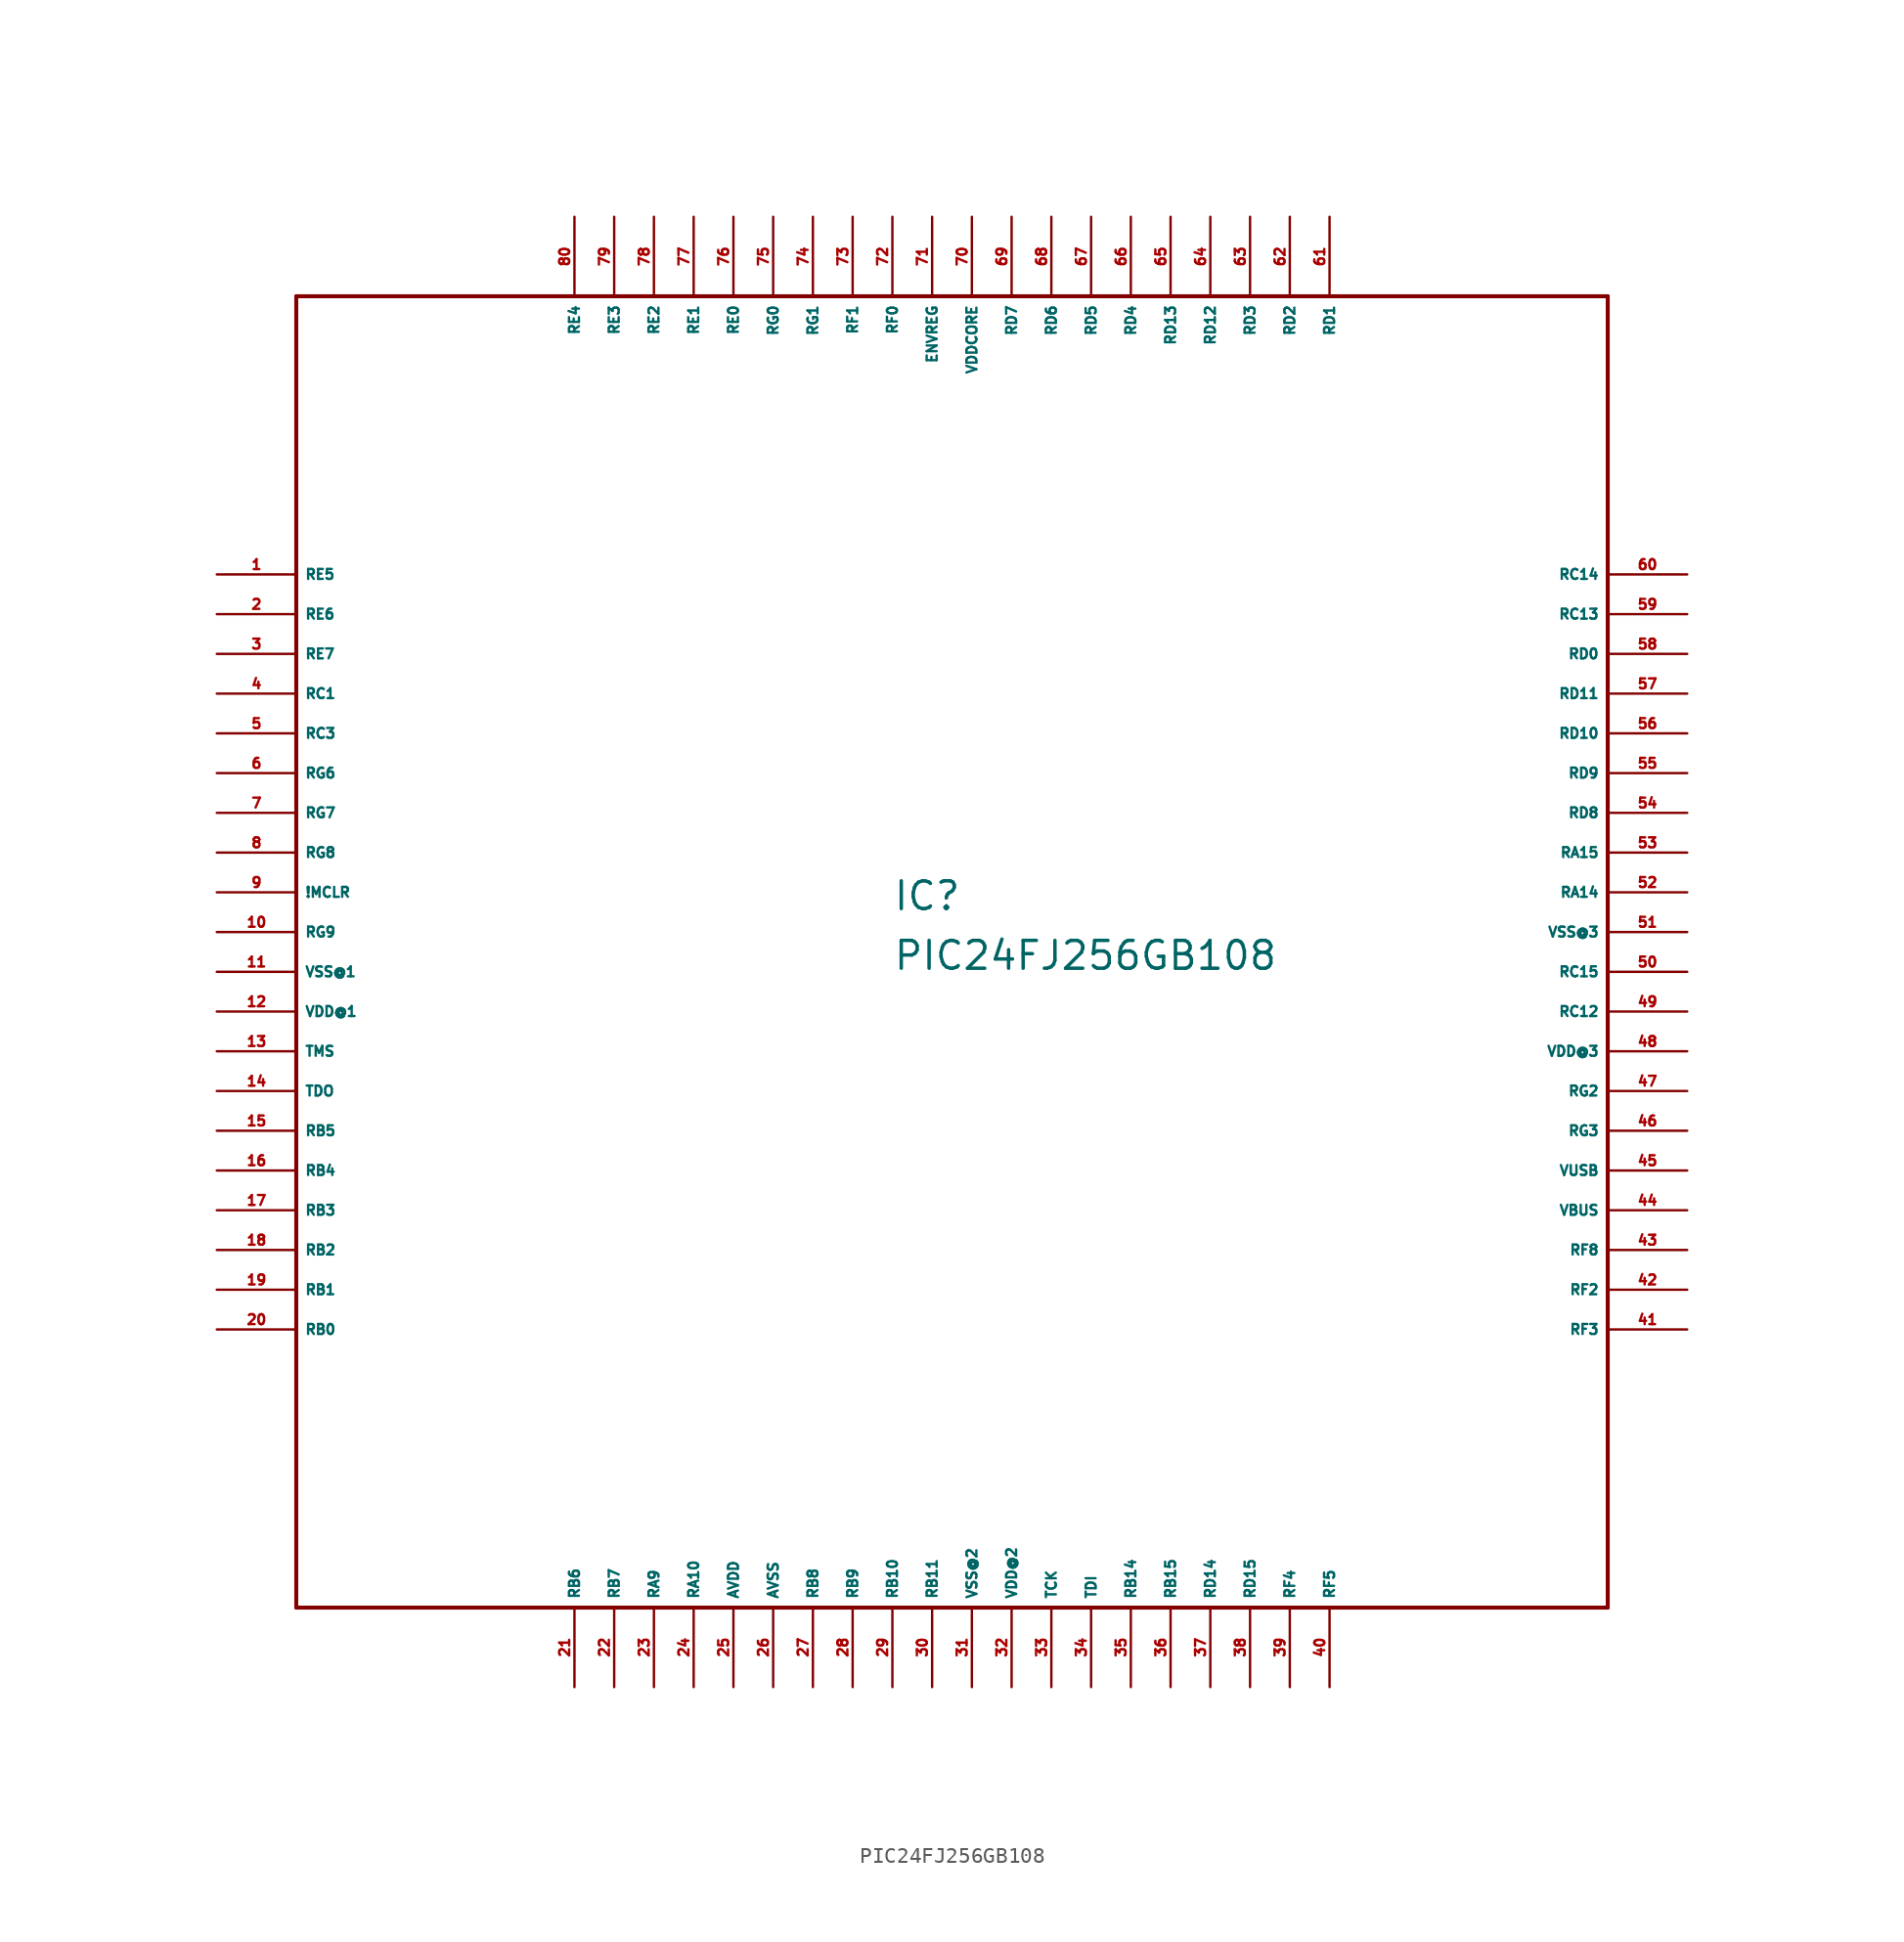
<source format=kicad_sym>
(kicad_symbol_lib
  (version 20220914)
  (generator Eagle2Kicad)
  (symbol "PIC24FJ256GB108"
    (property "Reference" "IC"
      (at -5.08 1.27 0)
      (effects (font (size 1.778 1.778) (thickness 0.22)) (justify left bottom)))
    (property "Value" "PIC24FJ256GB108"
      (at -5.08 -2.54 0)
      (effects (font (size 1.778 1.778) (thickness 0.22)) (justify left bottom)))
    (polyline
      (pts (xy -43.18 -43.18) (xy 40.64 -43.18))
      (stroke (width 0.254) (type default))
      (fill (type none)))
    (polyline
      (pts (xy 40.64 -43.18) (xy 40.64 40.64))
      (stroke (width 0.254) (type default))
      (fill (type none)))
    (polyline
      (pts (xy 40.64 40.64) (xy -43.18 40.64))
      (stroke (width 0.254) (type default))
      (fill (type none)))
    (polyline
      (pts (xy -43.18 40.64) (xy -43.18 -43.18))
      (stroke (width 0.254) (type default))
      (fill (type none)))
    (pin bidirectional line
      (at -48.26 22.86 0)
      (length 5.08)
      (name "RE5" (effects (font (size 0.635 0.635) (thickness 0.08)) (justify left bottom)))
      (number "1" (effects (font (size 0.635 0.635) (thickness 0.08)) (justify left bottom))))
    (pin bidirectional line
      (at -48.26 20.32 0)
      (length 5.08)
      (name "RE6" (effects (font (size 0.635 0.635) (thickness 0.08)) (justify left bottom)))
      (number "2" (effects (font (size 0.635 0.635) (thickness 0.08)) (justify left bottom))))
    (pin bidirectional line
      (at -48.26 17.78 0)
      (length 5.08)
      (name "RE7" (effects (font (size 0.635 0.635) (thickness 0.08)) (justify left bottom)))
      (number "3" (effects (font (size 0.635 0.635) (thickness 0.08)) (justify left bottom))))
    (pin bidirectional line
      (at -48.26 15.24 0)
      (length 5.08)
      (name "RC1" (effects (font (size 0.635 0.635) (thickness 0.08)) (justify left bottom)))
      (number "4" (effects (font (size 0.635 0.635) (thickness 0.08)) (justify left bottom))))
    (pin bidirectional line
      (at -48.26 12.7 0)
      (length 5.08)
      (name "RC3" (effects (font (size 0.635 0.635) (thickness 0.08)) (justify left bottom)))
      (number "5" (effects (font (size 0.635 0.635) (thickness 0.08)) (justify left bottom))))
    (pin bidirectional line
      (at -48.26 10.16 0)
      (length 5.08)
      (name "RG6" (effects (font (size 0.635 0.635) (thickness 0.08)) (justify left bottom)))
      (number "6" (effects (font (size 0.635 0.635) (thickness 0.08)) (justify left bottom))))
    (pin bidirectional line
      (at -48.26 7.62 0)
      (length 5.08)
      (name "RG7" (effects (font (size 0.635 0.635) (thickness 0.08)) (justify left bottom)))
      (number "7" (effects (font (size 0.635 0.635) (thickness 0.08)) (justify left bottom))))
    (pin bidirectional line
      (at -48.26 5.08 0)
      (length 5.08)
      (name "RG8" (effects (font (size 0.635 0.635) (thickness 0.08)) (justify left bottom)))
      (number "8" (effects (font (size 0.635 0.635) (thickness 0.08)) (justify left bottom))))
    (pin bidirectional line
      (at -48.26 2.54 0)
      (length 5.08)
      (name "!MCLR" (effects (font (size 0.635 0.635) (thickness 0.08)) (justify left bottom)))
      (number "9" (effects (font (size 0.635 0.635) (thickness 0.08)) (justify left bottom))))
    (pin bidirectional line
      (at -48.26 0 0)
      (length 5.08)
      (name "RG9" (effects (font (size 0.635 0.635) (thickness 0.08)) (justify left bottom)))
      (number "10" (effects (font (size 0.635 0.635) (thickness 0.08)) (justify left bottom))))
    (pin unspecified line
      (at -48.26 -2.54 0)
      (length 5.08)
      (name "VSS@1" (effects (font (size 0.635 0.635) (thickness 0.08)) (justify left bottom)))
      (number "11" (effects (font (size 0.635 0.635) (thickness 0.08)) (justify left bottom))))
    (pin unspecified line
      (at -48.26 -5.08 0)
      (length 5.08)
      (name "VDD@1" (effects (font (size 0.635 0.635) (thickness 0.08)) (justify left bottom)))
      (number "12" (effects (font (size 0.635 0.635) (thickness 0.08)) (justify left bottom))))
    (pin input line
      (at -48.26 -7.62 0)
      (length 5.08)
      (name "TMS" (effects (font (size 0.635 0.635) (thickness 0.08)) (justify left bottom)))
      (number "13" (effects (font (size 0.635 0.635) (thickness 0.08)) (justify left bottom))))
    (pin output line
      (at -48.26 -10.16 0)
      (length 5.08)
      (name "TDO" (effects (font (size 0.635 0.635) (thickness 0.08)) (justify left bottom)))
      (number "14" (effects (font (size 0.635 0.635) (thickness 0.08)) (justify left bottom))))
    (pin bidirectional line
      (at -48.26 -12.7 0)
      (length 5.08)
      (name "RB5" (effects (font (size 0.635 0.635) (thickness 0.08)) (justify left bottom)))
      (number "15" (effects (font (size 0.635 0.635) (thickness 0.08)) (justify left bottom))))
    (pin bidirectional line
      (at -48.26 -15.24 0)
      (length 5.08)
      (name "RB4" (effects (font (size 0.635 0.635) (thickness 0.08)) (justify left bottom)))
      (number "16" (effects (font (size 0.635 0.635) (thickness 0.08)) (justify left bottom))))
    (pin bidirectional line
      (at -48.26 -17.78 0)
      (length 5.08)
      (name "RB3" (effects (font (size 0.635 0.635) (thickness 0.08)) (justify left bottom)))
      (number "17" (effects (font (size 0.635 0.635) (thickness 0.08)) (justify left bottom))))
    (pin bidirectional line
      (at -48.26 -20.32 0)
      (length 5.08)
      (name "RB2" (effects (font (size 0.635 0.635) (thickness 0.08)) (justify left bottom)))
      (number "18" (effects (font (size 0.635 0.635) (thickness 0.08)) (justify left bottom))))
    (pin bidirectional line
      (at -48.26 -22.86 0)
      (length 5.08)
      (name "RB1" (effects (font (size 0.635 0.635) (thickness 0.08)) (justify left bottom)))
      (number "19" (effects (font (size 0.635 0.635) (thickness 0.08)) (justify left bottom))))
    (pin bidirectional line
      (at -48.26 -25.4 0)
      (length 5.08)
      (name "RB0" (effects (font (size 0.635 0.635) (thickness 0.08)) (justify left bottom)))
      (number "20" (effects (font (size 0.635 0.635) (thickness 0.08)) (justify left bottom))))
    (pin bidirectional line
      (at -25.4 -48.26 90)
      (length 5.08)
      (name "RB6" (effects (font (size 0.635 0.635) (thickness 0.08)) (justify left bottom)))
      (number "21" (effects (font (size 0.635 0.635) (thickness 0.08)) (justify left bottom))))
    (pin bidirectional line
      (at -22.86 -48.26 90)
      (length 5.08)
      (name "RB7" (effects (font (size 0.635 0.635) (thickness 0.08)) (justify left bottom)))
      (number "22" (effects (font (size 0.635 0.635) (thickness 0.08)) (justify left bottom))))
    (pin bidirectional line
      (at -20.32 -48.26 90)
      (length 5.08)
      (name "RA9" (effects (font (size 0.635 0.635) (thickness 0.08)) (justify left bottom)))
      (number "23" (effects (font (size 0.635 0.635) (thickness 0.08)) (justify left bottom))))
    (pin bidirectional line
      (at -17.78 -48.26 90)
      (length 5.08)
      (name "RA10" (effects (font (size 0.635 0.635) (thickness 0.08)) (justify left bottom)))
      (number "24" (effects (font (size 0.635 0.635) (thickness 0.08)) (justify left bottom))))
    (pin unspecified line
      (at -15.24 -48.26 90)
      (length 5.08)
      (name "AVDD" (effects (font (size 0.635 0.635) (thickness 0.08)) (justify left bottom)))
      (number "25" (effects (font (size 0.635 0.635) (thickness 0.08)) (justify left bottom))))
    (pin unspecified line
      (at -12.7 -48.26 90)
      (length 5.08)
      (name "AVSS" (effects (font (size 0.635 0.635) (thickness 0.08)) (justify left bottom)))
      (number "26" (effects (font (size 0.635 0.635) (thickness 0.08)) (justify left bottom))))
    (pin bidirectional line
      (at -10.16 -48.26 90)
      (length 5.08)
      (name "RB8" (effects (font (size 0.635 0.635) (thickness 0.08)) (justify left bottom)))
      (number "27" (effects (font (size 0.635 0.635) (thickness 0.08)) (justify left bottom))))
    (pin bidirectional line
      (at -7.62 -48.26 90)
      (length 5.08)
      (name "RB9" (effects (font (size 0.635 0.635) (thickness 0.08)) (justify left bottom)))
      (number "28" (effects (font (size 0.635 0.635) (thickness 0.08)) (justify left bottom))))
    (pin bidirectional line
      (at -5.08 -48.26 90)
      (length 5.08)
      (name "RB10" (effects (font (size 0.635 0.635) (thickness 0.08)) (justify left bottom)))
      (number "29" (effects (font (size 0.635 0.635) (thickness 0.08)) (justify left bottom))))
    (pin bidirectional line
      (at -2.54 -48.26 90)
      (length 5.08)
      (name "RB11" (effects (font (size 0.635 0.635) (thickness 0.08)) (justify left bottom)))
      (number "30" (effects (font (size 0.635 0.635) (thickness 0.08)) (justify left bottom))))
    (pin unspecified line
      (at 0 -48.26 90)
      (length 5.08)
      (name "VSS@2" (effects (font (size 0.635 0.635) (thickness 0.08)) (justify left bottom)))
      (number "31" (effects (font (size 0.635 0.635) (thickness 0.08)) (justify left bottom))))
    (pin unspecified line
      (at 2.54 -48.26 90)
      (length 5.08)
      (name "VDD@2" (effects (font (size 0.635 0.635) (thickness 0.08)) (justify left bottom)))
      (number "32" (effects (font (size 0.635 0.635) (thickness 0.08)) (justify left bottom))))
    (pin input line
      (at 5.08 -48.26 90)
      (length 5.08)
      (name "TCK" (effects (font (size 0.635 0.635) (thickness 0.08)) (justify left bottom)))
      (number "33" (effects (font (size 0.635 0.635) (thickness 0.08)) (justify left bottom))))
    (pin input line
      (at 7.62 -48.26 90)
      (length 5.08)
      (name "TDI" (effects (font (size 0.635 0.635) (thickness 0.08)) (justify left bottom)))
      (number "34" (effects (font (size 0.635 0.635) (thickness 0.08)) (justify left bottom))))
    (pin bidirectional line
      (at 10.16 -48.26 90)
      (length 5.08)
      (name "RB14" (effects (font (size 0.635 0.635) (thickness 0.08)) (justify left bottom)))
      (number "35" (effects (font (size 0.635 0.635) (thickness 0.08)) (justify left bottom))))
    (pin bidirectional line
      (at 12.7 -48.26 90)
      (length 5.08)
      (name "RB15" (effects (font (size 0.635 0.635) (thickness 0.08)) (justify left bottom)))
      (number "36" (effects (font (size 0.635 0.635) (thickness 0.08)) (justify left bottom))))
    (pin bidirectional line
      (at 15.24 -48.26 90)
      (length 5.08)
      (name "RD14" (effects (font (size 0.635 0.635) (thickness 0.08)) (justify left bottom)))
      (number "37" (effects (font (size 0.635 0.635) (thickness 0.08)) (justify left bottom))))
    (pin bidirectional line
      (at 17.78 -48.26 90)
      (length 5.08)
      (name "RD15" (effects (font (size 0.635 0.635) (thickness 0.08)) (justify left bottom)))
      (number "38" (effects (font (size 0.635 0.635) (thickness 0.08)) (justify left bottom))))
    (pin bidirectional line
      (at 20.32 -48.26 90)
      (length 5.08)
      (name "RF4" (effects (font (size 0.635 0.635) (thickness 0.08)) (justify left bottom)))
      (number "39" (effects (font (size 0.635 0.635) (thickness 0.08)) (justify left bottom))))
    (pin bidirectional line
      (at 22.86 -48.26 90)
      (length 5.08)
      (name "RF5" (effects (font (size 0.635 0.635) (thickness 0.08)) (justify left bottom)))
      (number "40" (effects (font (size 0.635 0.635) (thickness 0.08)) (justify left bottom))))
    (pin bidirectional line
      (at 45.72 -25.4 180)
      (length 5.08)
      (name "RF3" (effects (font (size 0.635 0.635) (thickness 0.08)) (justify left bottom)))
      (number "41" (effects (font (size 0.635 0.635) (thickness 0.08)) (justify left bottom))))
    (pin bidirectional line
      (at 45.72 -22.86 180)
      (length 5.08)
      (name "RF2" (effects (font (size 0.635 0.635) (thickness 0.08)) (justify left bottom)))
      (number "42" (effects (font (size 0.635 0.635) (thickness 0.08)) (justify left bottom))))
    (pin bidirectional line
      (at 45.72 -20.32 180)
      (length 5.08)
      (name "RF8" (effects (font (size 0.635 0.635) (thickness 0.08)) (justify left bottom)))
      (number "43" (effects (font (size 0.635 0.635) (thickness 0.08)) (justify left bottom))))
    (pin passive line
      (at 45.72 -17.78 180)
      (length 5.08)
      (name "VBUS" (effects (font (size 0.635 0.635) (thickness 0.08)) (justify left bottom)))
      (number "44" (effects (font (size 0.635 0.635) (thickness 0.08)) (justify left bottom))))
    (pin passive line
      (at 45.72 -15.24 180)
      (length 5.08)
      (name "VUSB" (effects (font (size 0.635 0.635) (thickness 0.08)) (justify left bottom)))
      (number "45" (effects (font (size 0.635 0.635) (thickness 0.08)) (justify left bottom))))
    (pin bidirectional line
      (at 45.72 -12.7 180)
      (length 5.08)
      (name "RG3" (effects (font (size 0.635 0.635) (thickness 0.08)) (justify left bottom)))
      (number "46" (effects (font (size 0.635 0.635) (thickness 0.08)) (justify left bottom))))
    (pin bidirectional line
      (at 45.72 -10.16 180)
      (length 5.08)
      (name "RG2" (effects (font (size 0.635 0.635) (thickness 0.08)) (justify left bottom)))
      (number "47" (effects (font (size 0.635 0.635) (thickness 0.08)) (justify left bottom))))
    (pin unspecified line
      (at 45.72 -7.62 180)
      (length 5.08)
      (name "VDD@3" (effects (font (size 0.635 0.635) (thickness 0.08)) (justify left bottom)))
      (number "48" (effects (font (size 0.635 0.635) (thickness 0.08)) (justify left bottom))))
    (pin bidirectional line
      (at 45.72 -5.08 180)
      (length 5.08)
      (name "RC12" (effects (font (size 0.635 0.635) (thickness 0.08)) (justify left bottom)))
      (number "49" (effects (font (size 0.635 0.635) (thickness 0.08)) (justify left bottom))))
    (pin bidirectional line
      (at 45.72 -2.54 180)
      (length 5.08)
      (name "RC15" (effects (font (size 0.635 0.635) (thickness 0.08)) (justify left bottom)))
      (number "50" (effects (font (size 0.635 0.635) (thickness 0.08)) (justify left bottom))))
    (pin unspecified line
      (at 45.72 0 180)
      (length 5.08)
      (name "VSS@3" (effects (font (size 0.635 0.635) (thickness 0.08)) (justify left bottom)))
      (number "51" (effects (font (size 0.635 0.635) (thickness 0.08)) (justify left bottom))))
    (pin bidirectional line
      (at 45.72 2.54 180)
      (length 5.08)
      (name "RA14" (effects (font (size 0.635 0.635) (thickness 0.08)) (justify left bottom)))
      (number "52" (effects (font (size 0.635 0.635) (thickness 0.08)) (justify left bottom))))
    (pin bidirectional line
      (at 45.72 5.08 180)
      (length 5.08)
      (name "RA15" (effects (font (size 0.635 0.635) (thickness 0.08)) (justify left bottom)))
      (number "53" (effects (font (size 0.635 0.635) (thickness 0.08)) (justify left bottom))))
    (pin bidirectional line
      (at 45.72 7.62 180)
      (length 5.08)
      (name "RD8" (effects (font (size 0.635 0.635) (thickness 0.08)) (justify left bottom)))
      (number "54" (effects (font (size 0.635 0.635) (thickness 0.08)) (justify left bottom))))
    (pin bidirectional line
      (at 45.72 10.16 180)
      (length 5.08)
      (name "RD9" (effects (font (size 0.635 0.635) (thickness 0.08)) (justify left bottom)))
      (number "55" (effects (font (size 0.635 0.635) (thickness 0.08)) (justify left bottom))))
    (pin bidirectional line
      (at 45.72 12.7 180)
      (length 5.08)
      (name "RD10" (effects (font (size 0.635 0.635) (thickness 0.08)) (justify left bottom)))
      (number "56" (effects (font (size 0.635 0.635) (thickness 0.08)) (justify left bottom))))
    (pin bidirectional line
      (at 45.72 15.24 180)
      (length 5.08)
      (name "RD11" (effects (font (size 0.635 0.635) (thickness 0.08)) (justify left bottom)))
      (number "57" (effects (font (size 0.635 0.635) (thickness 0.08)) (justify left bottom))))
    (pin bidirectional line
      (at 45.72 17.78 180)
      (length 5.08)
      (name "RD0" (effects (font (size 0.635 0.635) (thickness 0.08)) (justify left bottom)))
      (number "58" (effects (font (size 0.635 0.635) (thickness 0.08)) (justify left bottom))))
    (pin bidirectional line
      (at 45.72 20.32 180)
      (length 5.08)
      (name "RC13" (effects (font (size 0.635 0.635) (thickness 0.08)) (justify left bottom)))
      (number "59" (effects (font (size 0.635 0.635) (thickness 0.08)) (justify left bottom))))
    (pin bidirectional line
      (at 45.72 22.86 180)
      (length 5.08)
      (name "RC14" (effects (font (size 0.635 0.635) (thickness 0.08)) (justify left bottom)))
      (number "60" (effects (font (size 0.635 0.635) (thickness 0.08)) (justify left bottom))))
    (pin bidirectional line
      (at 22.86 45.72 270)
      (length 5.08)
      (name "RD1" (effects (font (size 0.635 0.635) (thickness 0.08)) (justify left bottom)))
      (number "61" (effects (font (size 0.635 0.635) (thickness 0.08)) (justify left bottom))))
    (pin bidirectional line
      (at 20.32 45.72 270)
      (length 5.08)
      (name "RD2" (effects (font (size 0.635 0.635) (thickness 0.08)) (justify left bottom)))
      (number "62" (effects (font (size 0.635 0.635) (thickness 0.08)) (justify left bottom))))
    (pin bidirectional line
      (at 17.78 45.72 270)
      (length 5.08)
      (name "RD3" (effects (font (size 0.635 0.635) (thickness 0.08)) (justify left bottom)))
      (number "63" (effects (font (size 0.635 0.635) (thickness 0.08)) (justify left bottom))))
    (pin bidirectional line
      (at 15.24 45.72 270)
      (length 5.08)
      (name "RD12" (effects (font (size 0.635 0.635) (thickness 0.08)) (justify left bottom)))
      (number "64" (effects (font (size 0.635 0.635) (thickness 0.08)) (justify left bottom))))
    (pin bidirectional line
      (at 12.7 45.72 270)
      (length 5.08)
      (name "RD13" (effects (font (size 0.635 0.635) (thickness 0.08)) (justify left bottom)))
      (number "65" (effects (font (size 0.635 0.635) (thickness 0.08)) (justify left bottom))))
    (pin bidirectional line
      (at 10.16 45.72 270)
      (length 5.08)
      (name "RD4" (effects (font (size 0.635 0.635) (thickness 0.08)) (justify left bottom)))
      (number "66" (effects (font (size 0.635 0.635) (thickness 0.08)) (justify left bottom))))
    (pin bidirectional line
      (at 7.62 45.72 270)
      (length 5.08)
      (name "RD5" (effects (font (size 0.635 0.635) (thickness 0.08)) (justify left bottom)))
      (number "67" (effects (font (size 0.635 0.635) (thickness 0.08)) (justify left bottom))))
    (pin bidirectional line
      (at 5.08 45.72 270)
      (length 5.08)
      (name "RD6" (effects (font (size 0.635 0.635) (thickness 0.08)) (justify left bottom)))
      (number "68" (effects (font (size 0.635 0.635) (thickness 0.08)) (justify left bottom))))
    (pin bidirectional line
      (at 2.54 45.72 270)
      (length 5.08)
      (name "RD7" (effects (font (size 0.635 0.635) (thickness 0.08)) (justify left bottom)))
      (number "69" (effects (font (size 0.635 0.635) (thickness 0.08)) (justify left bottom))))
    (pin unspecified line
      (at 0 45.72 270)
      (length 5.08)
      (name "VDDCORE" (effects (font (size 0.635 0.635) (thickness 0.08)) (justify left bottom)))
      (number "70" (effects (font (size 0.635 0.635) (thickness 0.08)) (justify left bottom))))
    (pin passive line
      (at -2.54 45.72 270)
      (length 5.08)
      (name "ENVREG" (effects (font (size 0.635 0.635) (thickness 0.08)) (justify left bottom)))
      (number "71" (effects (font (size 0.635 0.635) (thickness 0.08)) (justify left bottom))))
    (pin bidirectional line
      (at -5.08 45.72 270)
      (length 5.08)
      (name "RF0" (effects (font (size 0.635 0.635) (thickness 0.08)) (justify left bottom)))
      (number "72" (effects (font (size 0.635 0.635) (thickness 0.08)) (justify left bottom))))
    (pin bidirectional line
      (at -7.62 45.72 270)
      (length 5.08)
      (name "RF1" (effects (font (size 0.635 0.635) (thickness 0.08)) (justify left bottom)))
      (number "73" (effects (font (size 0.635 0.635) (thickness 0.08)) (justify left bottom))))
    (pin bidirectional line
      (at -10.16 45.72 270)
      (length 5.08)
      (name "RG1" (effects (font (size 0.635 0.635) (thickness 0.08)) (justify left bottom)))
      (number "74" (effects (font (size 0.635 0.635) (thickness 0.08)) (justify left bottom))))
    (pin bidirectional line
      (at -12.7 45.72 270)
      (length 5.08)
      (name "RG0" (effects (font (size 0.635 0.635) (thickness 0.08)) (justify left bottom)))
      (number "75" (effects (font (size 0.635 0.635) (thickness 0.08)) (justify left bottom))))
    (pin bidirectional line
      (at -15.24 45.72 270)
      (length 5.08)
      (name "RE0" (effects (font (size 0.635 0.635) (thickness 0.08)) (justify left bottom)))
      (number "76" (effects (font (size 0.635 0.635) (thickness 0.08)) (justify left bottom))))
    (pin bidirectional line
      (at -17.78 45.72 270)
      (length 5.08)
      (name "RE1" (effects (font (size 0.635 0.635) (thickness 0.08)) (justify left bottom)))
      (number "77" (effects (font (size 0.635 0.635) (thickness 0.08)) (justify left bottom))))
    (pin bidirectional line
      (at -20.32 45.72 270)
      (length 5.08)
      (name "RE2" (effects (font (size 0.635 0.635) (thickness 0.08)) (justify left bottom)))
      (number "78" (effects (font (size 0.635 0.635) (thickness 0.08)) (justify left bottom))))
    (pin bidirectional line
      (at -22.86 45.72 270)
      (length 5.08)
      (name "RE3" (effects (font (size 0.635 0.635) (thickness 0.08)) (justify left bottom)))
      (number "79" (effects (font (size 0.635 0.635) (thickness 0.08)) (justify left bottom))))
    (pin bidirectional line
      (at -25.4 45.72 270)
      (length 5.08)
      (name "RE4" (effects (font (size 0.635 0.635) (thickness 0.08)) (justify left bottom)))
      (number "80" (effects (font (size 0.635 0.635) (thickness 0.08)) (justify left bottom))))))
</source>
